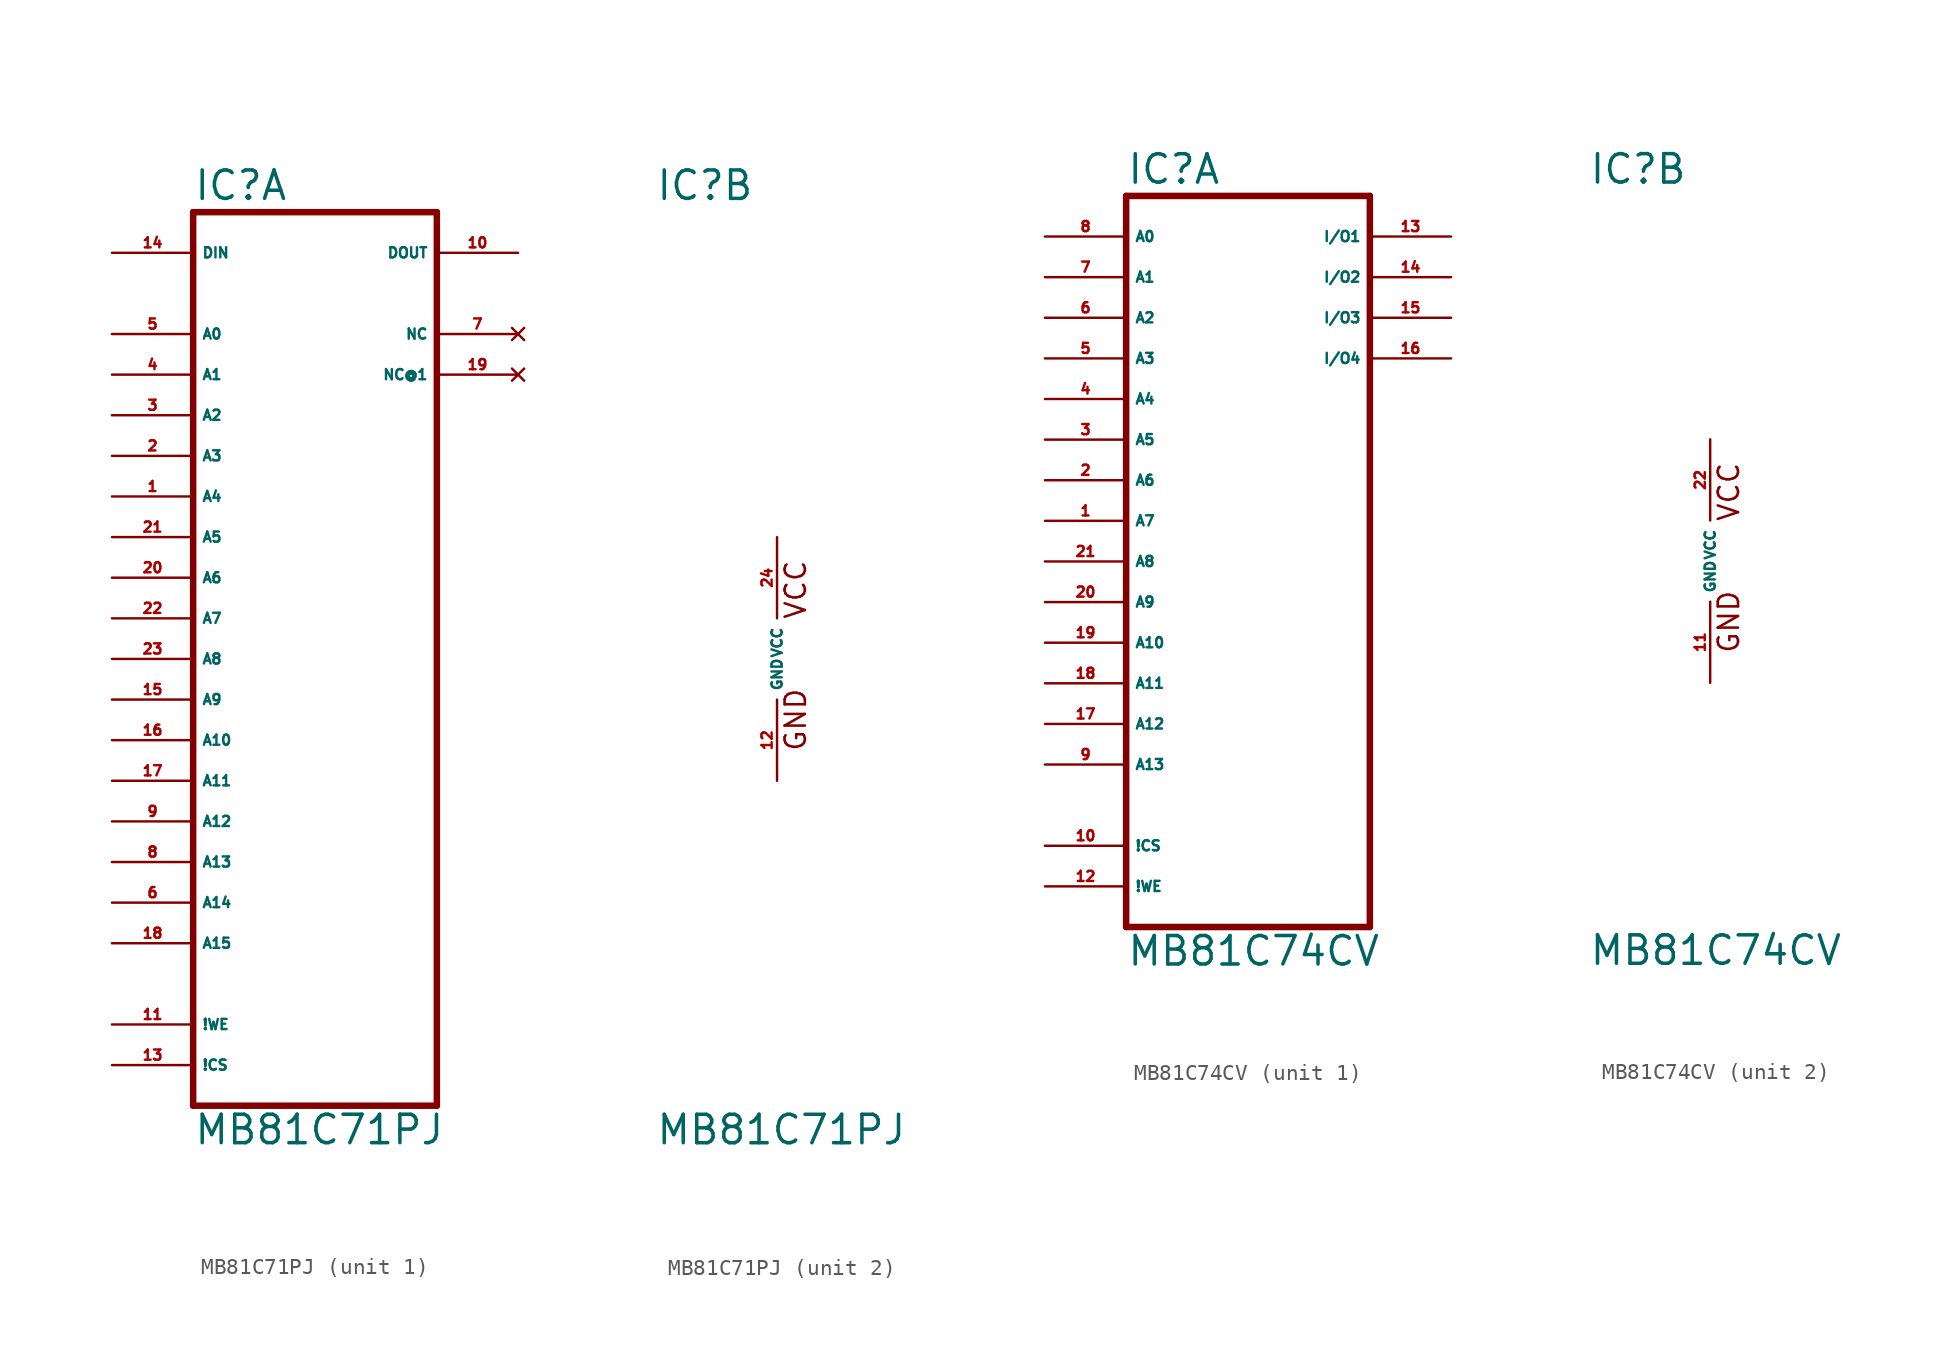
<source format=kicad_sym>
(kicad_symbol_lib
  (version 20220914)
  (generator Eagle2Kicad)
  (symbol "MB81C71PJ"
    (property "Reference" "IC"
      (at -7.62 28.575 0)
      (effects (font (size 1.778 1.778) (thickness 0.22)) (justify left bottom)))
    (property "Value" "MB81C71PJ"
      (at -7.62 -30.48 0)
      (effects (font (size 1.778 1.778) (thickness 0.22)) (justify left bottom)))
    (symbol "MB81C71PJ_1_0"
      (polyline (pts (xy -7.62 -27.94) (xy 7.62 -27.94)) (stroke (width 0.406) (type default)) (fill (type none)))
      (polyline (pts (xy 7.62 -27.94) (xy 7.62 27.94)) (stroke (width 0.406) (type default)) (fill (type none)))
      (polyline (pts (xy 7.62 27.94) (xy -7.62 27.94)) (stroke (width 0.406) (type default)) (fill (type none)))
      (polyline (pts (xy -7.62 27.94) (xy -7.62 -27.94)) (stroke (width 0.406) (type default)) (fill (type none)))
      (pin input line (at -12.7 20.32 0) (length 5.08) (name "A0" (effects (font (size 0.635 0.635) (thickness 0.08)) (justify left bottom))) (number "5" (effects (font (size 0.635 0.635) (thickness 0.08)) (justify left bottom))))
      (pin input line (at -12.7 17.78 0) (length 5.08) (name "A1" (effects (font (size 0.635 0.635) (thickness 0.08)) (justify left bottom))) (number "4" (effects (font (size 0.635 0.635) (thickness 0.08)) (justify left bottom))))
      (pin input line (at -12.7 15.24 0) (length 5.08) (name "A2" (effects (font (size 0.635 0.635) (thickness 0.08)) (justify left bottom))) (number "3" (effects (font (size 0.635 0.635) (thickness 0.08)) (justify left bottom))))
      (pin input line (at -12.7 12.7 0) (length 5.08) (name "A3" (effects (font (size 0.635 0.635) (thickness 0.08)) (justify left bottom))) (number "2" (effects (font (size 0.635 0.635) (thickness 0.08)) (justify left bottom))))
      (pin input line (at -12.7 10.16 0) (length 5.08) (name "A4" (effects (font (size 0.635 0.635) (thickness 0.08)) (justify left bottom))) (number "1" (effects (font (size 0.635 0.635) (thickness 0.08)) (justify left bottom))))
      (pin input line (at -12.7 7.62 0) (length 5.08) (name "A5" (effects (font (size 0.635 0.635) (thickness 0.08)) (justify left bottom))) (number "21" (effects (font (size 0.635 0.635) (thickness 0.08)) (justify left bottom))))
      (pin input line (at -12.7 5.08 0) (length 5.08) (name "A6" (effects (font (size 0.635 0.635) (thickness 0.08)) (justify left bottom))) (number "20" (effects (font (size 0.635 0.635) (thickness 0.08)) (justify left bottom))))
      (pin input line (at -12.7 2.54 0) (length 5.08) (name "A7" (effects (font (size 0.635 0.635) (thickness 0.08)) (justify left bottom))) (number "22" (effects (font (size 0.635 0.635) (thickness 0.08)) (justify left bottom))))
      (pin input line (at -12.7 0 0) (length 5.08) (name "A8" (effects (font (size 0.635 0.635) (thickness 0.08)) (justify left bottom))) (number "23" (effects (font (size 0.635 0.635) (thickness 0.08)) (justify left bottom))))
      (pin input line (at -12.7 -2.54 0) (length 5.08) (name "A9" (effects (font (size 0.635 0.635) (thickness 0.08)) (justify left bottom))) (number "15" (effects (font (size 0.635 0.635) (thickness 0.08)) (justify left bottom))))
      (pin input line (at -12.7 -5.08 0) (length 5.08) (name "A10" (effects (font (size 0.635 0.635) (thickness 0.08)) (justify left bottom))) (number "16" (effects (font (size 0.635 0.635) (thickness 0.08)) (justify left bottom))))
      (pin input line (at -12.7 -7.62 0) (length 5.08) (name "A11" (effects (font (size 0.635 0.635) (thickness 0.08)) (justify left bottom))) (number "17" (effects (font (size 0.635 0.635) (thickness 0.08)) (justify left bottom))))
      (pin input line (at -12.7 -10.16 0) (length 5.08) (name "A12" (effects (font (size 0.635 0.635) (thickness 0.08)) (justify left bottom))) (number "9" (effects (font (size 0.635 0.635) (thickness 0.08)) (justify left bottom))))
      (pin input line (at -12.7 -12.7 0) (length 5.08) (name "A13" (effects (font (size 0.635 0.635) (thickness 0.08)) (justify left bottom))) (number "8" (effects (font (size 0.635 0.635) (thickness 0.08)) (justify left bottom))))
      (pin input line (at -12.7 -15.24 0) (length 5.08) (name "A14" (effects (font (size 0.635 0.635) (thickness 0.08)) (justify left bottom))) (number "6" (effects (font (size 0.635 0.635) (thickness 0.08)) (justify left bottom))))
      (pin input line (at -12.7 -17.78 0) (length 5.08) (name "A15" (effects (font (size 0.635 0.635) (thickness 0.08)) (justify left bottom))) (number "18" (effects (font (size 0.635 0.635) (thickness 0.08)) (justify left bottom))))
      (pin input line (at -12.7 -22.86 0) (length 5.08) (name "!WE" (effects (font (size 0.635 0.635) (thickness 0.08)) (justify left bottom))) (number "11" (effects (font (size 0.635 0.635) (thickness 0.08)) (justify left bottom))))
      (pin input line (at -12.7 -25.4 0) (length 5.08) (name "!CS" (effects (font (size 0.635 0.635) (thickness 0.08)) (justify left bottom))) (number "13" (effects (font (size 0.635 0.635) (thickness 0.08)) (justify left bottom))))
      (pin input line (at -12.7 25.4 0) (length 5.08) (name "DIN" (effects (font (size 0.635 0.635) (thickness 0.08)) (justify left bottom))) (number "14" (effects (font (size 0.635 0.635) (thickness 0.08)) (justify left bottom))))
      (pin output line (at 12.7 25.4 180) (length 5.08) (name "DOUT" (effects (font (size 0.635 0.635) (thickness 0.08)) (justify left bottom))) (number "10" (effects (font (size 0.635 0.635) (thickness 0.08)) (justify left bottom))))
      (pin no_connect line (at 12.7 20.32 180) (length 5.08) (name "NC" (effects (font (size 0.635 0.635) (thickness 0.08)) (justify left bottom) hide)) (number "7" (effects (font (size 0.635 0.635) (thickness 0.08)) (justify left bottom) hide)))
      (pin no_connect line (at 12.7 17.78 180) (length 5.08) (name "NC@1" (effects (font (size 0.635 0.635) (thickness 0.08)) (justify left bottom) hide)) (number "19" (effects (font (size 0.635 0.635) (thickness 0.08)) (justify left bottom) hide))))
    (symbol "MB81C71PJ_2_0"
      (text "VCC" (at 1.905 2.413 900) (effects (font (size 1.27 1.27) (thickness 0.16)) (justify left bottom)))
      (text "GND" (at 1.905 -5.842 900) (effects (font (size 1.27 1.27) (thickness 0.16)) (justify left bottom)))
      (pin unspecified line (at 0 -7.62 90) (length 5.08) (name "GND" (effects (font (size 0.635 0.635) (thickness 0.08)) (justify left bottom))) (number "12" (effects (font (size 0.635 0.635) (thickness 0.08)) (justify left bottom))))
      (pin unspecified line (at 0 7.62 270) (length 5.08) (name "VCC" (effects (font (size 0.635 0.635) (thickness 0.08)) (justify left bottom))) (number "24" (effects (font (size 0.635 0.635) (thickness 0.08)) (justify left bottom))))))
  (symbol "MB81C74CV"
    (property "Reference" "IC"
      (at -7.62 23.495 0)
      (effects (font (size 1.778 1.778) (thickness 0.22)) (justify left bottom)))
    (property "Value" "MB81C74CV"
      (at -7.62 -25.4 0)
      (effects (font (size 1.778 1.778) (thickness 0.22)) (justify left bottom)))
    (symbol "MB81C74CV_1_0"
      (polyline (pts (xy -7.62 -22.86) (xy -7.62 22.86)) (stroke (width 0.406) (type default)) (fill (type none)))
      (polyline (pts (xy -7.62 22.86) (xy 7.62 22.86)) (stroke (width 0.406) (type default)) (fill (type none)))
      (polyline (pts (xy 7.62 22.86) (xy 7.62 -22.86)) (stroke (width 0.406) (type default)) (fill (type none)))
      (polyline (pts (xy 7.62 -22.86) (xy -7.62 -22.86)) (stroke (width 0.406) (type default)) (fill (type none)))
      (pin input line (at -12.7 20.32 0) (length 5.08) (name "A0" (effects (font (size 0.635 0.635) (thickness 0.08)) (justify left bottom))) (number "8" (effects (font (size 0.635 0.635) (thickness 0.08)) (justify left bottom))))
      (pin input line (at -12.7 17.78 0) (length 5.08) (name "A1" (effects (font (size 0.635 0.635) (thickness 0.08)) (justify left bottom))) (number "7" (effects (font (size 0.635 0.635) (thickness 0.08)) (justify left bottom))))
      (pin input line (at -12.7 15.24 0) (length 5.08) (name "A2" (effects (font (size 0.635 0.635) (thickness 0.08)) (justify left bottom))) (number "6" (effects (font (size 0.635 0.635) (thickness 0.08)) (justify left bottom))))
      (pin input line (at -12.7 12.7 0) (length 5.08) (name "A3" (effects (font (size 0.635 0.635) (thickness 0.08)) (justify left bottom))) (number "5" (effects (font (size 0.635 0.635) (thickness 0.08)) (justify left bottom))))
      (pin input line (at -12.7 10.16 0) (length 5.08) (name "A4" (effects (font (size 0.635 0.635) (thickness 0.08)) (justify left bottom))) (number "4" (effects (font (size 0.635 0.635) (thickness 0.08)) (justify left bottom))))
      (pin input line (at -12.7 5.08 0) (length 5.08) (name "A6" (effects (font (size 0.635 0.635) (thickness 0.08)) (justify left bottom))) (number "2" (effects (font (size 0.635 0.635) (thickness 0.08)) (justify left bottom))))
      (pin input line (at -12.7 7.62 0) (length 5.08) (name "A5" (effects (font (size 0.635 0.635) (thickness 0.08)) (justify left bottom))) (number "3" (effects (font (size 0.635 0.635) (thickness 0.08)) (justify left bottom))))
      (pin input line (at -12.7 2.54 0) (length 5.08) (name "A7" (effects (font (size 0.635 0.635) (thickness 0.08)) (justify left bottom))) (number "1" (effects (font (size 0.635 0.635) (thickness 0.08)) (justify left bottom))))
      (pin input line (at -12.7 0 0) (length 5.08) (name "A8" (effects (font (size 0.635 0.635) (thickness 0.08)) (justify left bottom))) (number "21" (effects (font (size 0.635 0.635) (thickness 0.08)) (justify left bottom))))
      (pin input line (at -12.7 -2.54 0) (length 5.08) (name "A9" (effects (font (size 0.635 0.635) (thickness 0.08)) (justify left bottom))) (number "20" (effects (font (size 0.635 0.635) (thickness 0.08)) (justify left bottom))))
      (pin input line (at -12.7 -5.08 0) (length 5.08) (name "A10" (effects (font (size 0.635 0.635) (thickness 0.08)) (justify left bottom))) (number "19" (effects (font (size 0.635 0.635) (thickness 0.08)) (justify left bottom))))
      (pin input line (at -12.7 -7.62 0) (length 5.08) (name "A11" (effects (font (size 0.635 0.635) (thickness 0.08)) (justify left bottom))) (number "18" (effects (font (size 0.635 0.635) (thickness 0.08)) (justify left bottom))))
      (pin bidirectional line (at 12.7 20.32 180) (length 5.08) (name "I/O1" (effects (font (size 0.635 0.635) (thickness 0.08)) (justify left bottom))) (number "13" (effects (font (size 0.635 0.635) (thickness 0.08)) (justify left bottom))))
      (pin bidirectional line (at 12.7 17.78 180) (length 5.08) (name "I/O2" (effects (font (size 0.635 0.635) (thickness 0.08)) (justify left bottom))) (number "14" (effects (font (size 0.635 0.635) (thickness 0.08)) (justify left bottom))))
      (pin bidirectional line (at 12.7 15.24 180) (length 5.08) (name "I/O3" (effects (font (size 0.635 0.635) (thickness 0.08)) (justify left bottom))) (number "15" (effects (font (size 0.635 0.635) (thickness 0.08)) (justify left bottom))))
      (pin bidirectional line (at 12.7 12.7 180) (length 5.08) (name "I/O4" (effects (font (size 0.635 0.635) (thickness 0.08)) (justify left bottom))) (number "16" (effects (font (size 0.635 0.635) (thickness 0.08)) (justify left bottom))))
      (pin input line (at -12.7 -17.78 0) (length 5.08) (name "!CS" (effects (font (size 0.635 0.635) (thickness 0.08)) (justify left bottom))) (number "10" (effects (font (size 0.635 0.635) (thickness 0.08)) (justify left bottom))))
      (pin input line (at -12.7 -20.32 0) (length 5.08) (name "!WE" (effects (font (size 0.635 0.635) (thickness 0.08)) (justify left bottom))) (number "12" (effects (font (size 0.635 0.635) (thickness 0.08)) (justify left bottom))))
      (pin input line (at -12.7 -10.16 0) (length 5.08) (name "A12" (effects (font (size 0.635 0.635) (thickness 0.08)) (justify left bottom))) (number "17" (effects (font (size 0.635 0.635) (thickness 0.08)) (justify left bottom))))
      (pin input line (at -12.7 -12.7 0) (length 5.08) (name "A13" (effects (font (size 0.635 0.635) (thickness 0.08)) (justify left bottom))) (number "9" (effects (font (size 0.635 0.635) (thickness 0.08)) (justify left bottom)))))
    (symbol "MB81C74CV_2_0"
      (text "VCC" (at 1.905 2.413 900) (effects (font (size 1.27 1.27) (thickness 0.16)) (justify left bottom)))
      (text "GND" (at 1.905 -5.842 900) (effects (font (size 1.27 1.27) (thickness 0.16)) (justify left bottom)))
      (pin unspecified line (at 0 -7.62 90) (length 5.08) (name "GND" (effects (font (size 0.635 0.635) (thickness 0.08)) (justify left bottom))) (number "11" (effects (font (size 0.635 0.635) (thickness 0.08)) (justify left bottom))))
      (pin unspecified line (at 0 7.62 270) (length 5.08) (name "VCC" (effects (font (size 0.635 0.635) (thickness 0.08)) (justify left bottom))) (number "22" (effects (font (size 0.635 0.635) (thickness 0.08)) (justify left bottom)))))))
</source>
